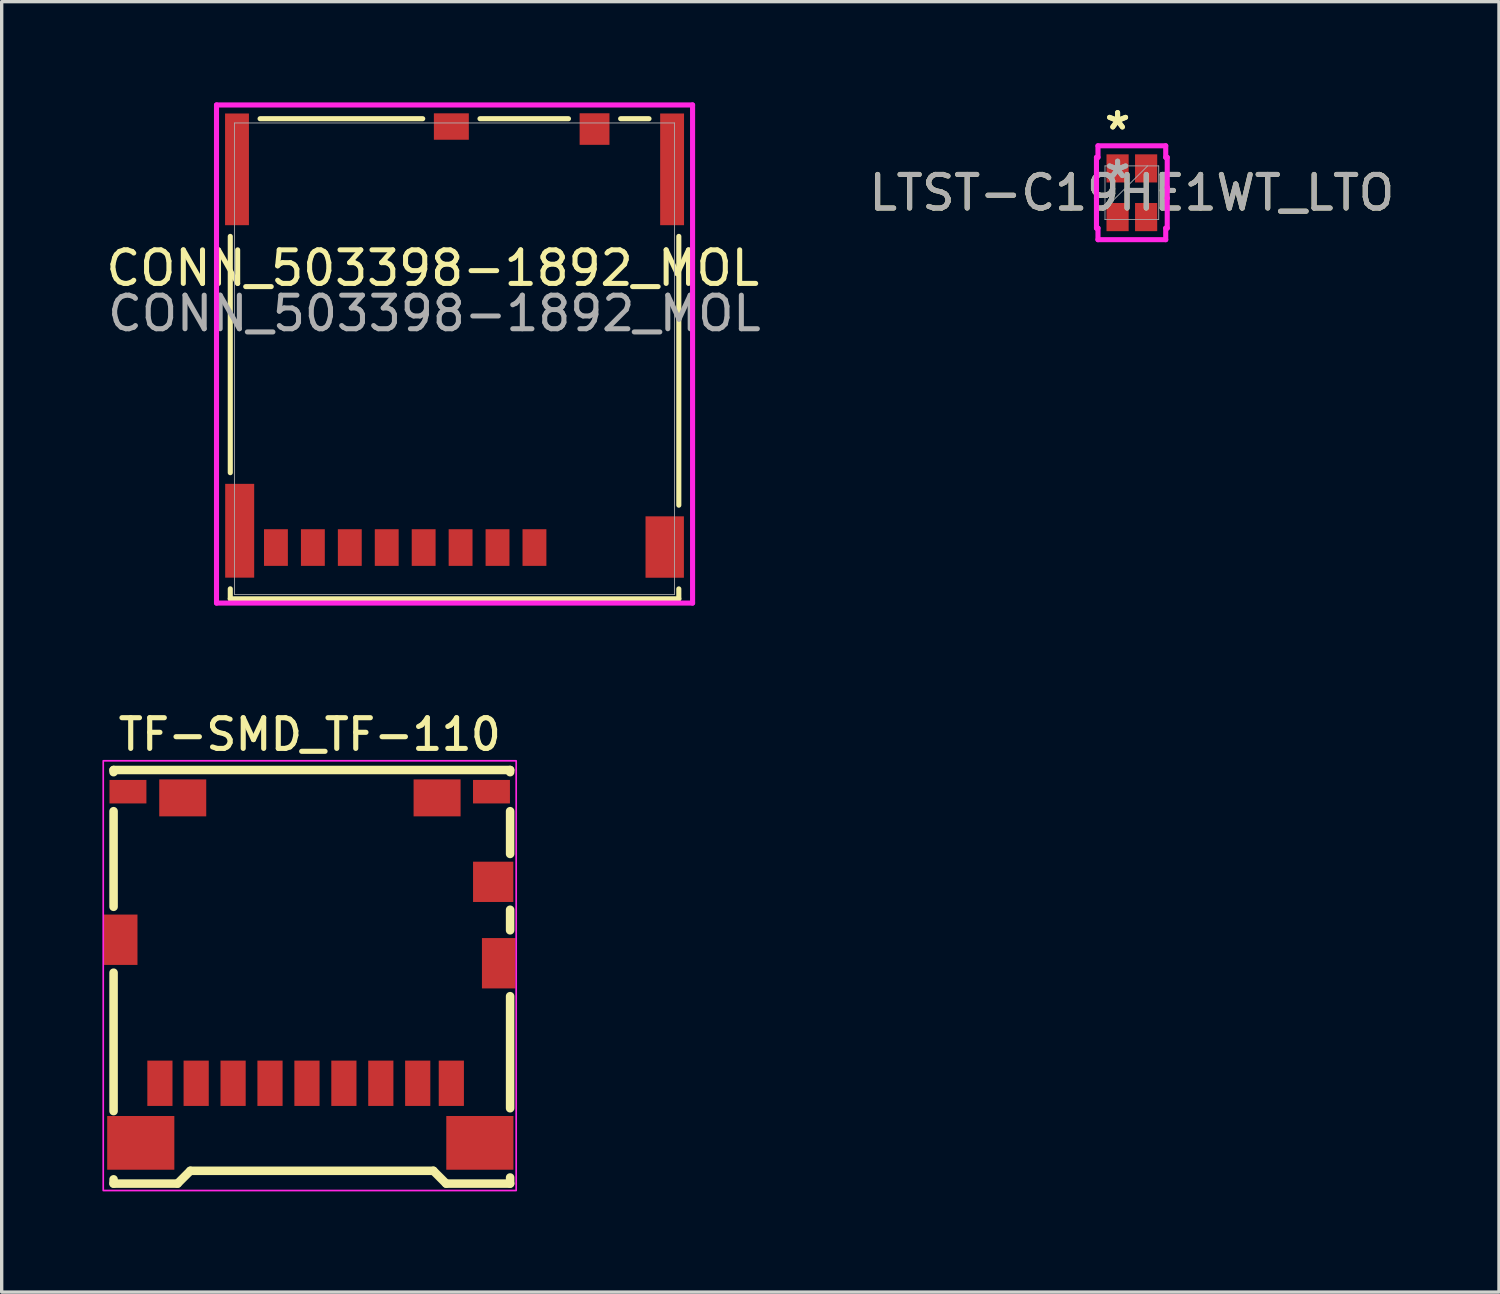
<source format=kicad_pcb>
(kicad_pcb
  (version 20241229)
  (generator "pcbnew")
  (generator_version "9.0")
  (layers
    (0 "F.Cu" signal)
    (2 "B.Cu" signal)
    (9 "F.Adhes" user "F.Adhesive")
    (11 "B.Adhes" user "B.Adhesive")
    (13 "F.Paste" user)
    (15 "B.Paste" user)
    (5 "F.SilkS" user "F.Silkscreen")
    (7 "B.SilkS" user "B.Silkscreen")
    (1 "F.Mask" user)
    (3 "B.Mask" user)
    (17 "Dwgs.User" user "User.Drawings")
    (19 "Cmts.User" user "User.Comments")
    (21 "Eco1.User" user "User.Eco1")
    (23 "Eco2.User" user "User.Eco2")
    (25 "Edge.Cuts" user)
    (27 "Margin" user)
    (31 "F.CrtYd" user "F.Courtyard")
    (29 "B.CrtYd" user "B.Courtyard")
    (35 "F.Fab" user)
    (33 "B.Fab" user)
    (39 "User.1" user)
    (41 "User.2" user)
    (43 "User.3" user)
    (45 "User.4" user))
  (footprint "TF-SMD_TF-110"
    (layer "F.Cu")
    (at 6.175 25.761)
    (property "Reference" "TF-SMD_TF-110" (at 0 -6.4 0) (layer "F.SilkS") (effects (font (size 0.914 0.914) (thickness 0.152)) (justify bottom)))
    (fp_line (start -5.842 -5.876) (end 5.969 -5.876) (stroke (width 0.254) (type default)) (layer "F.SilkS"))
    (fp_line (start -5.842 -5.811) (end -5.842 -5.876) (stroke (width 0.254) (type default)) (layer "F.SilkS"))
    (fp_line (start -5.842 -1.801) (end -5.842 -4.649) (stroke (width 0.254) (type default)) (layer "F.SilkS"))
    (fp_line (start -5.842 4.284) (end -5.842 0.161) (stroke (width 0.254) (type default)) (layer "F.SilkS"))
    (fp_line (start -5.842 6.443) (end -5.842 6.316) (stroke (width 0.254) (type default)) (layer "F.SilkS"))
    (fp_line (start -3.937 6.443) (end -5.842 6.443) (stroke (width 0.254) (type default)) (layer "F.SilkS"))
    (fp_line (start -3.556 6.062) (end -3.937 6.443) (stroke (width 0.254) (type default)) (layer "F.SilkS"))
    (fp_line (start 3.683 6.062) (end -3.556 6.062) (stroke (width 0.254) (type default)) (layer "F.SilkS"))
    (fp_line (start 4.064 6.443) (end 3.683 6.062) (stroke (width 0.254) (type default)) (layer "F.SilkS"))
    (fp_line (start 5.969 -5.876) (end 5.969 -5.811) (stroke (width 0.254) (type default)) (layer "F.SilkS"))
    (fp_line (start 5.969 -4.649) (end 5.969 -3.376) (stroke (width 0.254) (type default)) (layer "F.SilkS"))
    (fp_line (start 5.969 -1.714) (end 5.969 -1.101) (stroke (width 0.254) (type default)) (layer "F.SilkS"))
    (fp_line (start 5.969 0.861) (end 5.969 4.199) (stroke (width 0.254) (type default)) (layer "F.SilkS"))
    (fp_line (start 5.969 6.261) (end 5.969 6.443) (stroke (width 0.254) (type default)) (layer "F.SilkS"))
    (fp_line (start 5.969 6.443) (end 4.064 6.443) (stroke (width 0.254) (type default)) (layer "F.SilkS"))
    (fp_rect (start -6.15 -6.15) (end 6.15 6.65) (stroke (width 0.05) (type default)) (fill no) (layer "F.CrtYd"))
    (pad "1" smd rect (at 3.217 3.455) (size 0.75 1.35) (layers "F.Cu" "F.Mask" "F.Paste"))
    (pad "2" smd rect (at 2.118 3.455) (size 0.75 1.35) (layers "F.Cu" "F.Mask" "F.Paste"))
    (pad "3" smd rect (at 1.018 3.455) (size 0.75 1.35) (layers "F.Cu" "F.Mask" "F.Paste"))
    (pad "4" smd rect (at -0.082 3.455) (size 0.75 1.35) (layers "F.Cu" "F.Mask" "F.Paste"))
    (pad "5" smd rect (at -1.183 3.455) (size 0.75 1.35) (layers "F.Cu" "F.Mask" "F.Paste"))
    (pad "6" smd rect (at -2.282 3.455) (size 0.75 1.35) (layers "F.Cu" "F.Mask" "F.Paste"))
    (pad "7" smd rect (at -3.382 3.455) (size 0.75 1.35) (layers "F.Cu" "F.Mask" "F.Paste"))
    (pad "8" smd rect (at -4.462 3.455) (size 0.75 1.35) (layers "F.Cu" "F.Mask" "F.Paste"))
    (pad "9" smd rect (at 4.218 3.455) (size 0.75 1.35) (layers "F.Cu" "F.Mask" "F.Paste"))
    (pad "10" smd rect (at -5.63 -0.82) (size 1 1.5) (layers "F.Cu" "F.Mask" "F.Paste"))
    (pad "10" smd rect (at -5.414 -5.23) (size 1.1 0.7) (layers "F.Cu" "F.Mask" "F.Paste"))
    (pad "10" smd rect (at -5.032 5.23) (size 2 1.6) (layers "F.Cu" "F.Mask" "F.Paste"))
    (pad "10" smd rect (at -3.782 -5.045) (size 1.4 1.1) (layers "F.Cu" "F.Mask" "F.Paste"))
    (pad "10" smd rect (at 3.794 -5.045) (size 1.4 1.1) (layers "F.Cu" "F.Mask" "F.Paste"))
    (pad "10" smd rect (at 5.068 5.23) (size 2 1.6) (layers "F.Cu" "F.Mask" "F.Paste"))
    (pad "10" smd rect (at 5.414 -5.23) (size 1.1 0.7) (layers "F.Cu" "F.Mask" "F.Paste"))
    (pad "10" smd rect (at 5.465 -2.545) (size 1.2 1.2) (layers "F.Cu" "F.Mask" "F.Paste"))
    (pad "10" smd rect (at 5.63 -0.12) (size 1 1.5) (layers "F.Cu" "F.Mask" "F.Paste")))
  (footprint "CONN_503398-1892_MOL"
    (layer "F.Cu")
    (at 10.489 7.336)
    (property "Reference" "CONN_503398-1892_MOL" (at -0.65 -2.399 0) (unlocked yes) (layer "F.SilkS") (effects (font (size 1 1) (thickness 0.15))))
    (attr smd)
    (fp_line (start -6.68 -3.345) (end -6.68 3.693) (stroke (width 0.152) (type solid)) (layer "F.SilkS"))
    (fp_line (start -6.68 7.153) (end -6.68 7.45) (stroke (width 0.152) (type solid)) (layer "F.SilkS"))
    (fp_line (start -6.68 7.45) (end 6.68 7.45) (stroke (width 0.152) (type solid)) (layer "F.SilkS"))
    (fp_line (start -0.948 -6.85) (end -5.792 -6.85) (stroke (width 0.152) (type solid)) (layer "F.SilkS"))
    (fp_line (start 3.393 -6.85) (end 0.758 -6.85) (stroke (width 0.152) (type solid)) (layer "F.SilkS"))
    (fp_line (start 5.792 -6.85) (end 4.947 -6.85) (stroke (width 0.152) (type solid)) (layer "F.SilkS"))
    (fp_line (start 6.68 4.661) (end 6.68 -3.345) (stroke (width 0.152) (type solid)) (layer "F.SilkS"))
    (fp_line (start 6.68 7.45) (end 6.68 7.155) (stroke (width 0.152) (type solid)) (layer "F.SilkS"))
    (fp_line (start -7.09 -7.26) (end -7.09 7.577) (stroke (width 0.152) (type solid)) (layer "F.CrtYd"))
    (fp_line (start -7.09 7.577) (end 7.09 7.577) (stroke (width 0.152) (type solid)) (layer "F.CrtYd"))
    (fp_line (start 7.09 -7.26) (end -7.09 -7.26) (stroke (width 0.152) (type solid)) (layer "F.CrtYd"))
    (fp_line (start 7.09 7.577) (end 7.09 -7.26) (stroke (width 0.152) (type solid)) (layer "F.CrtYd"))
    (fp_line (start -6.553 -6.723) (end -6.553 7.323) (stroke (width 0.025) (type solid)) (layer "F.Fab"))
    (fp_line (start -6.553 7.323) (end 6.553 7.323) (stroke (width 0.025) (type solid)) (layer "F.Fab"))
    (fp_line (start 6.553 -6.723) (end -6.553 -6.723) (stroke (width 0.025) (type solid)) (layer "F.Fab"))
    (fp_line (start 6.553 7.323) (end 6.553 -6.723) (stroke (width 0.025) (type solid)) (layer "F.Fab"))
    (fp_text user "${REFERENCE}" (at -0.6 -1.049 0) (unlocked yes) (layer "F.Fab") (effects (font (size 1 1) (thickness 0.15))))
    (pad "1" smd rect (at 2.38 5.923 180) (size 0.711 1.092) (layers "F.Cu" "F.Mask" "F.Paste"))
    (pad "2" smd rect (at 1.28 5.923 180) (size 0.711 1.092) (layers "F.Cu" "F.Mask" "F.Paste"))
    (pad "3" smd rect (at 0.18 5.923 180) (size 0.711 1.092) (layers "F.Cu" "F.Mask" "F.Paste"))
    (pad "4" smd rect (at -0.92 5.923 180) (size 0.711 1.092) (layers "F.Cu" "F.Mask" "F.Paste"))
    (pad "5" smd rect (at -2.02 5.923 180) (size 0.711 1.092) (layers "F.Cu" "F.Mask" "F.Paste"))
    (pad "6" smd rect (at -3.12 5.923 180) (size 0.711 1.092) (layers "F.Cu" "F.Mask" "F.Paste"))
    (pad "7" smd rect (at -4.22 5.923 180) (size 0.711 1.092) (layers "F.Cu" "F.Mask" "F.Paste"))
    (pad "8" smd rect (at -5.32 5.923 180) (size 0.711 1.092) (layers "F.Cu" "F.Mask" "F.Paste"))
    (pad "9" smd rect (at -0.095 -6.617 180) (size 1.041 0.787) (layers "F.Cu" "F.Mask" "F.Paste"))
    (pad "10" smd rect (at -6.48 -5.342 180) (size 0.711 3.327) (layers "F.Cu" "F.Mask" "F.Paste"))
    (pad "10" smd rect (at -6.4 5.423 180) (size 0.864 2.794) (layers "F.Cu" "F.Mask" "F.Paste"))
    (pad "10" smd rect (at 4.17 -6.542 180) (size 0.889 0.94) (layers "F.Cu" "F.Mask" "F.Paste"))
    (pad "10" smd rect (at 6.26 5.908 180) (size 1.143 1.829) (layers "F.Cu" "F.Mask" "F.Paste"))
    (pad "10" smd rect (at 6.48 -5.342 180) (size 0.711 3.327) (layers "F.Cu" "F.Mask" "F.Paste")))
  (footprint "LTST-C19HE1WT_LTO"
    (layer "F.Cu")
    (at 30.663 2.691)
    (property "Reference" "LTST-C19HE1WT_LTO" (at 0 0 0) (unlocked yes) (layer "F.SilkS") (effects (font (size 1 1) (thickness 0.15))))
    (attr smd)
    (fp_line (start -1.054 -1.054) (end -1.009 -1.054) (stroke (width 0.152) (type solid)) (layer "F.CrtYd"))
    (fp_line (start -1.054 -0.159) (end -1.054 -1.054) (stroke (width 0.152) (type solid)) (layer "F.CrtYd"))
    (fp_line (start -1.054 -0.159) (end -1.054 -0.159) (stroke (width 0.152) (type solid)) (layer "F.CrtYd"))
    (fp_line (start -1.054 0.159) (end -1.054 -0.159) (stroke (width 0.152) (type solid)) (layer "F.CrtYd"))
    (fp_line (start -1.054 0.159) (end -1.054 0.159) (stroke (width 0.152) (type solid)) (layer "F.CrtYd"))
    (fp_line (start -1.054 1.054) (end -1.054 0.159) (stroke (width 0.152) (type solid)) (layer "F.CrtYd"))
    (fp_line (start -1.009 -1.398) (end 1.009 -1.398) (stroke (width 0.152) (type solid)) (layer "F.CrtYd"))
    (fp_line (start -1.009 -1.054) (end -1.009 -1.398) (stroke (width 0.152) (type solid)) (layer "F.CrtYd"))
    (fp_line (start -1.009 1.054) (end -1.054 1.054) (stroke (width 0.152) (type solid)) (layer "F.CrtYd"))
    (fp_line (start -1.009 1.398) (end -1.009 1.054) (stroke (width 0.152) (type solid)) (layer "F.CrtYd"))
    (fp_line (start 1.009 -1.398) (end 1.009 -1.054) (stroke (width 0.152) (type solid)) (layer "F.CrtYd"))
    (fp_line (start 1.009 -1.054) (end 1.054 -1.054) (stroke (width 0.152) (type solid)) (layer "F.CrtYd"))
    (fp_line (start 1.009 1.054) (end 1.009 1.398) (stroke (width 0.152) (type solid)) (layer "F.CrtYd"))
    (fp_line (start 1.009 1.398) (end -1.009 1.398) (stroke (width 0.152) (type solid)) (layer "F.CrtYd"))
    (fp_line (start 1.054 -1.054) (end 1.054 -0.159) (stroke (width 0.152) (type solid)) (layer "F.CrtYd"))
    (fp_line (start 1.054 -0.159) (end 1.054 -0.159) (stroke (width 0.152) (type solid)) (layer "F.CrtYd"))
    (fp_line (start 1.054 -0.159) (end 1.054 0.159) (stroke (width 0.152) (type solid)) (layer "F.CrtYd"))
    (fp_line (start 1.054 0.159) (end 1.054 0.159) (stroke (width 0.152) (type solid)) (layer "F.CrtYd"))
    (fp_line (start 1.054 0.159) (end 1.054 1.054) (stroke (width 0.152) (type solid)) (layer "F.CrtYd"))
    (fp_line (start 1.054 1.054) (end 1.009 1.054) (stroke (width 0.152) (type solid)) (layer "F.CrtYd"))
    (fp_line (start -0.8 -0.8) (end -0.8 0.8) (stroke (width 0.025) (type solid)) (layer "F.Fab"))
    (fp_line (start -0.8 0.47) (end 0.47 -0.8) (stroke (width 0.025) (type solid)) (layer "F.Fab"))
    (fp_line (start -0.8 0.8) (end 0.8 0.8) (stroke (width 0.025) (type solid)) (layer "F.Fab"))
    (fp_line (start 0.8 -0.8) (end -0.8 -0.8) (stroke (width 0.025) (type solid)) (layer "F.Fab"))
    (fp_line (start 0.8 0.8) (end 0.8 -0.8) (stroke (width 0.025) (type solid)) (layer "F.Fab"))
    (fp_text user "*" (at -0.425 -1.843 0) (unlocked yes) (layer "F.SilkS") (effects (font (size 1 1) (thickness 0.15))))
    (fp_text user "*" (at -0.425 -1.843 0) (layer "F.SilkS") (effects (font (size 1 1) (thickness 0.15))))
    (fp_text user "*" (at -0.425 -0.395 0) (layer "F.Fab") (effects (font (size 1 1) (thickness 0.15))))
    (fp_text user "${REFERENCE}" (at 0 0 0) (unlocked yes) (layer "F.Fab") (effects (font (size 1 1) (thickness 0.15))))
    (fp_text user "*" (at -0.425 -0.395 0) (unlocked yes) (layer "F.Fab") (effects (font (size 1 1) (thickness 0.15))))
    (pad "1" smd rect (at -0.425 -0.725 90) (size 0.838 0.66) (layers "F.Cu" "F.Mask" "F.Paste"))
    (pad "2" smd rect (at 0.425 -0.725 90) (size 0.838 0.66) (layers "F.Cu" "F.Mask" "F.Paste"))
    (pad "3" smd rect (at 0.425 0.725 90) (size 0.838 0.66) (layers "F.Cu" "F.Mask" "F.Paste"))
    (pad "4" smd rect (at -0.425 0.725 90) (size 0.838 0.66) (layers "F.Cu" "F.Mask" "F.Paste")))
  (gr_rect
    (start -3 -3)
    (end 41.598 35.436)
    (stroke (width 0.1) (type default))
    (fill no)
    (layer "Edge.Cuts")))
</source>
